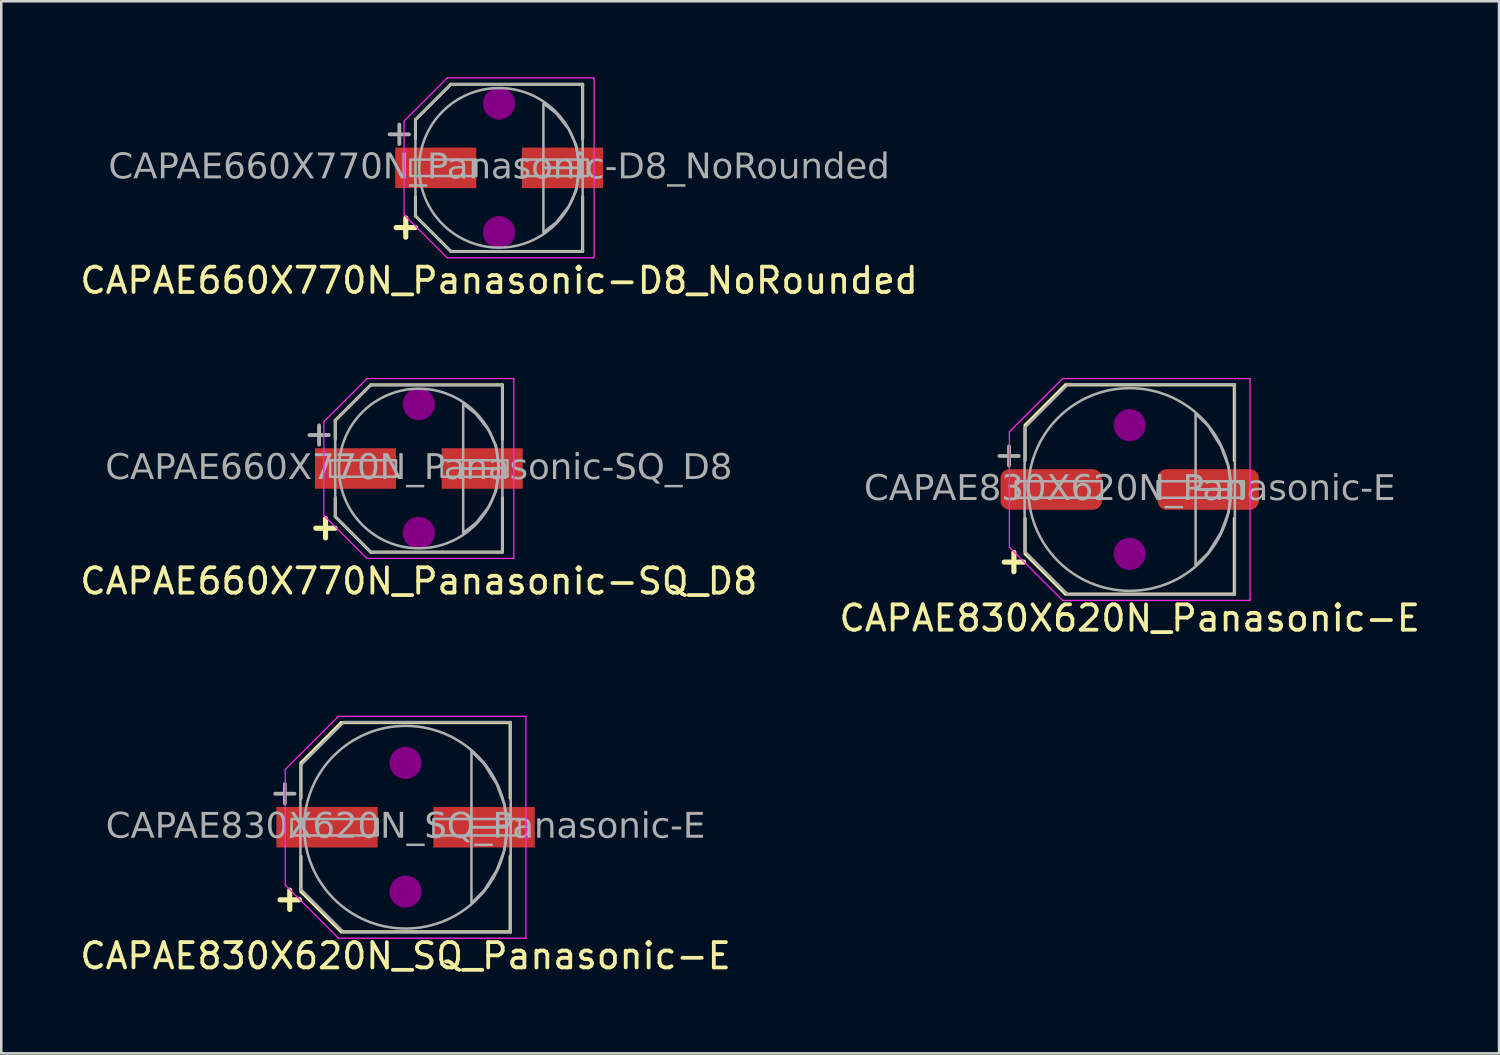
<source format=kicad_pcb>
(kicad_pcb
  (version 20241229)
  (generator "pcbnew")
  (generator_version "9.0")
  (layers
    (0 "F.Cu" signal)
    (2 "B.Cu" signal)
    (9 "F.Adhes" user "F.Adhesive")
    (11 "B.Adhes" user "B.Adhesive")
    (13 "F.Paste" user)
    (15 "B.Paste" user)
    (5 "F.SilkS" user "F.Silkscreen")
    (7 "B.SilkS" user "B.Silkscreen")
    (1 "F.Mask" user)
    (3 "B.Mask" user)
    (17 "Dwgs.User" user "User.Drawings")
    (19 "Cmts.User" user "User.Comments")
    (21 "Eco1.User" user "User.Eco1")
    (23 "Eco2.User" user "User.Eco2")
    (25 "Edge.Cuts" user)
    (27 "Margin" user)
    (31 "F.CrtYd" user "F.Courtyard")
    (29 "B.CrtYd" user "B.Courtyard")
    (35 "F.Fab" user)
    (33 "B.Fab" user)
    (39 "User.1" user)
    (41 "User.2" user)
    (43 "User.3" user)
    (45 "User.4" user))
  (footprint "CAPAE660X770N_Panasonic-SQ_D8"
    (layer "F.Cu")
    (at 13.482 15.443)
    (property "Reference" "CAPAE660X770N_Panasonic-SQ_D8" (at 0 4.445 0) (layer "F.SilkS") (effects (font (size 1 1) (thickness 0.15))))
    (attr smd)
    (fp_line (start -3.3 -1.9) (end -1.9 -3.3) (stroke (width 0.12) (type default)) (layer "F.SilkS"))
    (fp_line (start -3.3 -1.143) (end -3.3 -1.9) (stroke (width 0.12) (type default)) (layer "F.SilkS"))
    (fp_line (start -3.3 1.9) (end -3.3 1.143) (stroke (width 0.12) (type default)) (layer "F.SilkS"))
    (fp_line (start -3.3 1.9) (end -1.9 3.3) (stroke (width 0.12) (type default)) (layer "F.SilkS"))
    (fp_line (start -1.9 -3.3) (end 3.3 -3.3) (stroke (width 0.12) (type solid)) (layer "F.SilkS"))
    (fp_line (start -1.9 3.3) (end 3.3 3.3) (stroke (width 0.12) (type solid)) (layer "F.SilkS"))
    (fp_line (start 3.3 -1.143) (end 3.3 -3.3) (stroke (width 0.12) (type solid)) (layer "F.SilkS"))
    (fp_line (start 3.3 3.3) (end 3.3 1.143) (stroke (width 0.12) (type solid)) (layer "F.SilkS"))
    (fp_circle (center 0 -2.54) (end 0.635 -2.54) (stroke (width 0) (type solid)) (fill yes) (layer "F.Adhes"))
    (fp_circle (center 0 2.54) (end 0.635 2.54) (stroke (width 0) (type solid)) (fill yes) (layer "F.Adhes"))
    (fp_line (start -3.75 -1.85) (end -3.75 0) (stroke (width 0.05) (type solid)) (layer "F.CrtYd"))
    (fp_line (start -3.75 -1.85) (end -2.05 -3.55) (stroke (width 0.05) (type solid)) (layer "F.CrtYd"))
    (fp_line (start -3.75 1.85) (end -3.75 0) (stroke (width 0.05) (type solid)) (layer "F.CrtYd"))
    (fp_line (start -3.75 1.85) (end -2.05 3.55) (stroke (width 0.05) (type solid)) (layer "F.CrtYd"))
    (fp_line (start -2.05 -3.55) (end 3.75 -3.55) (stroke (width 0.05) (type solid)) (layer "F.CrtYd"))
    (fp_line (start -2.05 3.55) (end 3.75 3.55) (stroke (width 0.05) (type solid)) (layer "F.CrtYd"))
    (fp_line (start 3.75 -3.55) (end 3.75 0) (stroke (width 0.05) (type solid)) (layer "F.CrtYd"))
    (fp_line (start 3.75 3.55) (end 3.75 0) (stroke (width 0.05) (type solid)) (layer "F.CrtYd"))
    (fp_line (start -3.3 -1.9) (end -3.3 1.9) (stroke (width 0.1) (type solid)) (layer "F.Fab"))
    (fp_line (start -3.3 -1.9) (end -1.9 -3.3) (stroke (width 0.1) (type default)) (layer "F.Fab"))
    (fp_line (start -3.3 1.9) (end -1.9 3.3) (stroke (width 0.1) (type default)) (layer "F.Fab"))
    (fp_line (start -1.9 -3.3) (end 3.3 -3.3) (stroke (width 0.1) (type solid)) (layer "F.Fab"))
    (fp_line (start -1.9 3.3) (end 3.3 3.3) (stroke (width 0.1) (type solid)) (layer "F.Fab"))
    (fp_line (start 3.3 -3.3) (end 3.3 3.3) (stroke (width 0.1) (type solid)) (layer "F.Fab"))
    (fp_rect (start -3.5 0.325) (end -0.9 -0.325) (stroke (width 0.1) (type solid)) (fill no) (layer "F.Fab"))
    (fp_rect (start 3.5 0.325) (end 0.9 -0.325) (stroke (width 0.1) (type solid)) (fill no) (layer "F.Fab"))
    (fp_circle (center 0 0) (end 3.15 0) (stroke (width 0.1) (type default)) (fill no) (layer "F.Fab"))
    (fp_poly (pts (xy 1.75 -2.54) (xy 2.25 -2.159) (xy 2.75 -1.524) (xy 3.05 -0.889) (xy 3.15 0) (xy 1.75 0)) (stroke (width 0.1) (type solid)) (fill no) (layer "F.Fab"))
    (fp_poly (pts (xy 1.75 2.54) (xy 2.25 2.159) (xy 2.75 1.524) (xy 3.05 0.889) (xy 3.15 0) (xy 1.75 0)) (stroke (width 0.1) (type solid)) (fill no) (layer "F.Fab"))
    (fp_text user "+" (at -3.683 2.286 0) (unlocked yes) (layer "F.SilkS") (effects (font (size 1 1) (thickness 0.203) (bold yes))))
    (fp_text user "+" (at -3.937 -1.397 0) (unlocked yes) (layer "F.Fab") (effects (font (size 1 1) (thickness 0.152))))
    (fp_text user "${REFERENCE}" (at 0 0 0) (layer "F.Fab") (effects (font (face "Tahoma") (size 1 1) (thickness 0.15))))
    (pad "1" smd rect (at -2.5 0) (size 3.2 1.6) (layers "F.Cu" "F.Mask" "F.Paste"))
    (pad "2" smd rect (at 2.5 0) (size 3.2 1.6) (layers "F.Cu" "F.Mask" "F.Paste")))
  (footprint "CAPAE660X770N_Panasonic-D8_NoRounded"
    (layer "F.Cu")
    (at 16.649 3.575)
    (property "Reference" "CAPAE660X770N_Panasonic-D8_NoRounded" (at 0 4.445 0) (layer "F.SilkS") (effects (font (size 1 1) (thickness 0.15))))
    (attr smd)
    (fp_line (start -3.3 -1.9) (end -1.9 -3.3) (stroke (width 0.12) (type default)) (layer "F.SilkS"))
    (fp_line (start -3.3 -1.143) (end -3.3 -1.9) (stroke (width 0.12) (type default)) (layer "F.SilkS"))
    (fp_line (start -3.3 1.9) (end -3.3 1.143) (stroke (width 0.12) (type default)) (layer "F.SilkS"))
    (fp_line (start -3.3 1.9) (end -1.9 3.3) (stroke (width 0.12) (type default)) (layer "F.SilkS"))
    (fp_line (start -1.9 -3.3) (end 3.3 -3.3) (stroke (width 0.12) (type solid)) (layer "F.SilkS"))
    (fp_line (start -1.9 3.3) (end 3.3 3.3) (stroke (width 0.12) (type solid)) (layer "F.SilkS"))
    (fp_line (start 3.3 -1.143) (end 3.3 -3.3) (stroke (width 0.12) (type solid)) (layer "F.SilkS"))
    (fp_line (start 3.3 3.3) (end 3.3 1.143) (stroke (width 0.12) (type solid)) (layer "F.SilkS"))
    (fp_circle (center 0 -2.54) (end 0.635 -2.54) (stroke (width 0) (type solid)) (fill yes) (layer "F.Adhes"))
    (fp_circle (center 0 2.54) (end 0.635 2.54) (stroke (width 0) (type solid)) (fill yes) (layer "F.Adhes"))
    (fp_line (start -3.75 -1.85) (end -3.75 0) (stroke (width 0.05) (type solid)) (layer "F.CrtYd"))
    (fp_line (start -3.75 -1.85) (end -2.05 -3.55) (stroke (width 0.05) (type solid)) (layer "F.CrtYd"))
    (fp_line (start -3.75 1.85) (end -3.75 0) (stroke (width 0.05) (type solid)) (layer "F.CrtYd"))
    (fp_line (start -3.75 1.85) (end -2.05 3.55) (stroke (width 0.05) (type solid)) (layer "F.CrtYd"))
    (fp_line (start -2.05 -3.55) (end 3.75 -3.55) (stroke (width 0.05) (type solid)) (layer "F.CrtYd"))
    (fp_line (start -2.05 3.55) (end 3.75 3.55) (stroke (width 0.05) (type solid)) (layer "F.CrtYd"))
    (fp_line (start 3.75 -3.55) (end 3.75 0) (stroke (width 0.05) (type solid)) (layer "F.CrtYd"))
    (fp_line (start 3.75 3.55) (end 3.75 0) (stroke (width 0.05) (type solid)) (layer "F.CrtYd"))
    (fp_line (start -3.3 -1.9) (end -3.3 1.9) (stroke (width 0.1) (type solid)) (layer "F.Fab"))
    (fp_line (start -3.3 -1.9) (end -1.9 -3.3) (stroke (width 0.1) (type default)) (layer "F.Fab"))
    (fp_line (start -3.3 1.9) (end -1.9 3.3) (stroke (width 0.1) (type default)) (layer "F.Fab"))
    (fp_line (start -1.9 -3.3) (end 3.3 -3.3) (stroke (width 0.1) (type solid)) (layer "F.Fab"))
    (fp_line (start -1.9 3.3) (end 3.3 3.3) (stroke (width 0.1) (type solid)) (layer "F.Fab"))
    (fp_line (start 3.3 -3.3) (end 3.3 3.3) (stroke (width 0.1) (type solid)) (layer "F.Fab"))
    (fp_rect (start -3.5 0.325) (end -0.9 -0.325) (stroke (width 0.1) (type solid)) (fill no) (layer "F.Fab"))
    (fp_rect (start 3.5 0.325) (end 0.9 -0.325) (stroke (width 0.1) (type solid)) (fill no) (layer "F.Fab"))
    (fp_circle (center 0 0) (end 3.15 0) (stroke (width 0.1) (type default)) (fill no) (layer "F.Fab"))
    (fp_poly (pts (xy 1.75 -2.54) (xy 2.25 -2.159) (xy 2.75 -1.524) (xy 3.05 -0.889) (xy 3.15 0) (xy 1.75 0)) (stroke (width 0.1) (type solid)) (fill no) (layer "F.Fab"))
    (fp_poly (pts (xy 1.75 2.54) (xy 2.25 2.159) (xy 2.75 1.524) (xy 3.05 0.889) (xy 3.15 0) (xy 1.75 0)) (stroke (width 0.1) (type solid)) (fill no) (layer "F.Fab"))
    (fp_text user "+" (at -3.683 2.286 0) (unlocked yes) (layer "F.SilkS") (effects (font (size 1 1) (thickness 0.203) (bold yes))))
    (fp_text user "${REFERENCE}" (at 0 0 0) (layer "F.Fab") (effects (font (face "Tahoma") (size 1 1) (thickness 0.15))))
    (fp_text user "+" (at -3.937 -1.397 0) (unlocked yes) (layer "F.Fab") (effects (font (size 1 1) (thickness 0.152))))
    (pad "1" smd rect (at -2.5 0) (size 3.2 1.6) (layers "F.Cu" "F.Mask" "F.Paste"))
    (pad "2" smd rect (at 2.5 0) (size 3.2 1.6) (layers "F.Cu" "F.Mask" "F.Paste")))
  (footprint "CAPAE830X620N_SQ_Panasonic-E"
    (layer "F.Cu")
    (at 12.958 29.602)
    (property "Reference" "CAPAE830X620N_SQ_Panasonic-E" (at 0 5.08 0) (layer "F.SilkS") (effects (font (size 1 1) (thickness 0.15))))
    (attr smd)
    (fp_line (start -4.128 -2.54) (end -2.54 -4.128) (stroke (width 0.12) (type default)) (layer "F.SilkS"))
    (fp_line (start -4.128 -1.143) (end -4.128 -2.54) (stroke (width 0.12) (type default)) (layer "F.SilkS"))
    (fp_line (start -4.128 2.54) (end -4.128 1.143) (stroke (width 0.12) (type default)) (layer "F.SilkS"))
    (fp_line (start -2.54 -4.128) (end 4.128 -4.128) (stroke (width 0.12) (type solid)) (layer "F.SilkS"))
    (fp_line (start -2.54 4.128) (end -4.128 2.54) (stroke (width 0.12) (type default)) (layer "F.SilkS"))
    (fp_line (start -2.54 4.128) (end 4.128 4.128) (stroke (width 0.12) (type solid)) (layer "F.SilkS"))
    (fp_line (start 4.128 -1.143) (end 4.128 -4.128) (stroke (width 0.12) (type solid)) (layer "F.SilkS"))
    (fp_line (start 4.128 4.128) (end 4.128 1.143) (stroke (width 0.12) (type solid)) (layer "F.SilkS"))
    (fp_circle (center 0 -2.54) (end 0.635 -2.54) (stroke (width 0) (type solid)) (fill yes) (layer "F.Adhes"))
    (fp_circle (center 0 2.54) (end 0.635 2.54) (stroke (width 0) (type solid)) (fill yes) (layer "F.Adhes"))
    (fp_line (start -4.75 -2.28) (end -4.75 0) (stroke (width 0.05) (type solid)) (layer "F.CrtYd"))
    (fp_line (start -4.75 -2.28) (end -2.65 -4.378) (stroke (width 0.05) (type solid)) (layer "F.CrtYd"))
    (fp_line (start -4.75 2.28) (end -4.75 0) (stroke (width 0.05) (type solid)) (layer "F.CrtYd"))
    (fp_line (start -4.75 2.28) (end -2.65 4.378) (stroke (width 0.05) (type solid)) (layer "F.CrtYd"))
    (fp_line (start -2.65 -4.378) (end 4.75 -4.378) (stroke (width 0.05) (type solid)) (layer "F.CrtYd"))
    (fp_line (start -2.65 4.378) (end 4.75 4.378) (stroke (width 0.05) (type solid)) (layer "F.CrtYd"))
    (fp_line (start 4.75 -4.378) (end 4.75 0) (stroke (width 0.05) (type solid)) (layer "F.CrtYd"))
    (fp_line (start 4.75 4.378) (end 4.75 0) (stroke (width 0.05) (type solid)) (layer "F.CrtYd"))
    (fp_line (start -4.15 -2.435) (end -4.15 2.435) (stroke (width 0.1) (type solid)) (layer "F.Fab"))
    (fp_line (start -2.435 -4.15) (end -4.15 -2.435) (stroke (width 0.1) (type solid)) (layer "F.Fab"))
    (fp_line (start -2.435 -4.15) (end 4.15 -4.15) (stroke (width 0.1) (type solid)) (layer "F.Fab"))
    (fp_line (start -2.435 4.15) (end -4.15 2.435) (stroke (width 0.1) (type solid)) (layer "F.Fab"))
    (fp_line (start -2.435 4.15) (end 4.15 4.15) (stroke (width 0.1) (type solid)) (layer "F.Fab"))
    (fp_line (start 4.15 -4.15) (end 4.15 4.15) (stroke (width 0.1) (type solid)) (layer "F.Fab"))
    (fp_rect (start -4.5 0.325) (end -1.1 -0.325) (stroke (width 0.1) (type solid)) (fill no) (layer "F.Fab"))
    (fp_rect (start 4.5 0.325) (end 1.1 -0.325) (stroke (width 0.1) (type solid)) (fill no) (layer "F.Fab"))
    (fp_circle (center 0 0) (end 4 0) (stroke (width 0.1) (type default)) (fill no) (layer "F.Fab"))
    (fp_poly (pts (xy 2.6 -3) (xy 3.1 -2.5) (xy 3.6 -1.7) (xy 3.9 -0.9) (xy 4 0) (xy 2.6 0)) (stroke (width 0.1) (type solid)) (fill no) (layer "F.Fab"))
    (fp_poly (pts (xy 2.6 3) (xy 3.1 2.5) (xy 3.6 1.7) (xy 3.9 0.9) (xy 4 0) (xy 2.6 0)) (stroke (width 0.1) (type solid)) (fill no) (layer "F.Fab"))
    (fp_text user "+" (at -4.572 2.794 0) (unlocked yes) (layer "F.SilkS") (effects (font (size 1 1) (thickness 0.203) (bold yes))))
    (fp_text user "${REFERENCE}" (at 0 0 0) (layer "F.Fab") (effects (font (face "Tahoma") (size 1 1) (thickness 0.15))))
    (fp_text user "+" (at -4.763 -1.397 0) (unlocked yes) (layer "F.Fab") (effects (font (size 1 1) (thickness 0.152))))
    (pad "1" smd rect (at -3.1 0) (size 4 1.6) (layers "F.Cu" "F.Mask" "F.Paste"))
    (pad "2" smd rect (at 3.1 0) (size 4 1.6) (layers "F.Cu" "F.Mask" "F.Paste")))
  (footprint "CAPAE830X620N_Panasonic-E"
    (layer "F.Cu")
    (at 41.542 16.271)
    (property "Reference" "CAPAE830X620N_Panasonic-E" (at 0 5.08 0) (layer "F.SilkS") (effects (font (size 1 1) (thickness 0.15))))
    (attr smd)
    (fp_line (start -4.128 -2.54) (end -2.54 -4.128) (stroke (width 0.12) (type default)) (layer "F.SilkS"))
    (fp_line (start -4.128 -1.143) (end -4.128 -2.54) (stroke (width 0.12) (type default)) (layer "F.SilkS"))
    (fp_line (start -4.128 2.54) (end -4.128 1.143) (stroke (width 0.12) (type default)) (layer "F.SilkS"))
    (fp_line (start -2.54 -4.128) (end 4.128 -4.128) (stroke (width 0.12) (type solid)) (layer "F.SilkS"))
    (fp_line (start -2.54 4.128) (end -4.128 2.54) (stroke (width 0.12) (type default)) (layer "F.SilkS"))
    (fp_line (start -2.54 4.128) (end 4.128 4.128) (stroke (width 0.12) (type solid)) (layer "F.SilkS"))
    (fp_line (start 4.128 -1.143) (end 4.128 -4.128) (stroke (width 0.12) (type solid)) (layer "F.SilkS"))
    (fp_line (start 4.128 4.128) (end 4.128 1.143) (stroke (width 0.12) (type solid)) (layer "F.SilkS"))
    (fp_circle (center 0 -2.54) (end 0.635 -2.54) (stroke (width 0) (type solid)) (fill yes) (layer "F.Adhes"))
    (fp_circle (center 0 2.54) (end 0.635 2.54) (stroke (width 0) (type solid)) (fill yes) (layer "F.Adhes"))
    (fp_line (start -4.75 -2.28) (end -4.75 0) (stroke (width 0.05) (type solid)) (layer "F.CrtYd"))
    (fp_line (start -4.75 -2.28) (end -2.65 -4.378) (stroke (width 0.05) (type solid)) (layer "F.CrtYd"))
    (fp_line (start -4.75 2.28) (end -4.75 0) (stroke (width 0.05) (type solid)) (layer "F.CrtYd"))
    (fp_line (start -4.75 2.28) (end -2.65 4.378) (stroke (width 0.05) (type solid)) (layer "F.CrtYd"))
    (fp_line (start -2.65 -4.378) (end 4.75 -4.378) (stroke (width 0.05) (type solid)) (layer "F.CrtYd"))
    (fp_line (start -2.65 4.378) (end 4.75 4.378) (stroke (width 0.05) (type solid)) (layer "F.CrtYd"))
    (fp_line (start 4.75 -4.378) (end 4.75 0) (stroke (width 0.05) (type solid)) (layer "F.CrtYd"))
    (fp_line (start 4.75 4.378) (end 4.75 0) (stroke (width 0.05) (type solid)) (layer "F.CrtYd"))
    (fp_line (start -4.15 -2.435) (end -4.15 2.435) (stroke (width 0.1) (type solid)) (layer "F.Fab"))
    (fp_line (start -2.435 -4.15) (end -4.15 -2.435) (stroke (width 0.1) (type solid)) (layer "F.Fab"))
    (fp_line (start -2.435 -4.15) (end 4.15 -4.15) (stroke (width 0.1) (type solid)) (layer "F.Fab"))
    (fp_line (start -2.435 4.15) (end -4.15 2.435) (stroke (width 0.1) (type solid)) (layer "F.Fab"))
    (fp_line (start -2.435 4.15) (end 4.15 4.15) (stroke (width 0.1) (type solid)) (layer "F.Fab"))
    (fp_line (start 4.15 -4.15) (end 4.15 4.15) (stroke (width 0.1) (type solid)) (layer "F.Fab"))
    (fp_rect (start -4.5 0.325) (end -1.1 -0.325) (stroke (width 0.1) (type solid)) (fill no) (layer "F.Fab"))
    (fp_rect (start 4.5 0.325) (end 1.1 -0.325) (stroke (width 0.1) (type solid)) (fill no) (layer "F.Fab"))
    (fp_circle (center 0 0) (end 4 0) (stroke (width 0.1) (type default)) (fill no) (layer "F.Fab"))
    (fp_poly (pts (xy 2.6 -3) (xy 3.1 -2.5) (xy 3.6 -1.7) (xy 3.9 -0.9) (xy 4 0) (xy 2.6 0)) (stroke (width 0.1) (type solid)) (fill no) (layer "F.Fab"))
    (fp_poly (pts (xy 2.6 3) (xy 3.1 2.5) (xy 3.6 1.7) (xy 3.9 0.9) (xy 4 0) (xy 2.6 0)) (stroke (width 0.1) (type solid)) (fill no) (layer "F.Fab"))
    (fp_text user "+" (at -4.572 2.794 0) (unlocked yes) (layer "F.SilkS") (effects (font (size 1 1) (thickness 0.203) (bold yes))))
    (fp_text user "${REFERENCE}" (at 0 0 0) (layer "F.Fab") (effects (font (face "Tahoma") (size 1 1) (thickness 0.15))))
    (fp_text user "+" (at -4.763 -1.397 0) (unlocked yes) (layer "F.Fab") (effects (font (size 1 1) (thickness 0.152))))
    (pad "1" smd roundrect (at -3.1 0) (size 4 1.6) (layers "F.Cu" "F.Mask" "F.Paste") (roundrect_rratio 0.217))
    (pad "2" smd roundrect (at 3.1 0) (size 4 1.6) (layers "F.Cu" "F.Mask" "F.Paste") (roundrect_rratio 0.217)))
  (gr_rect
    (start -3 -3)
    (end 56.119 38.53)
    (stroke (width 0.1) (type default))
    (fill no)
    (layer "Edge.Cuts")))
</source>
